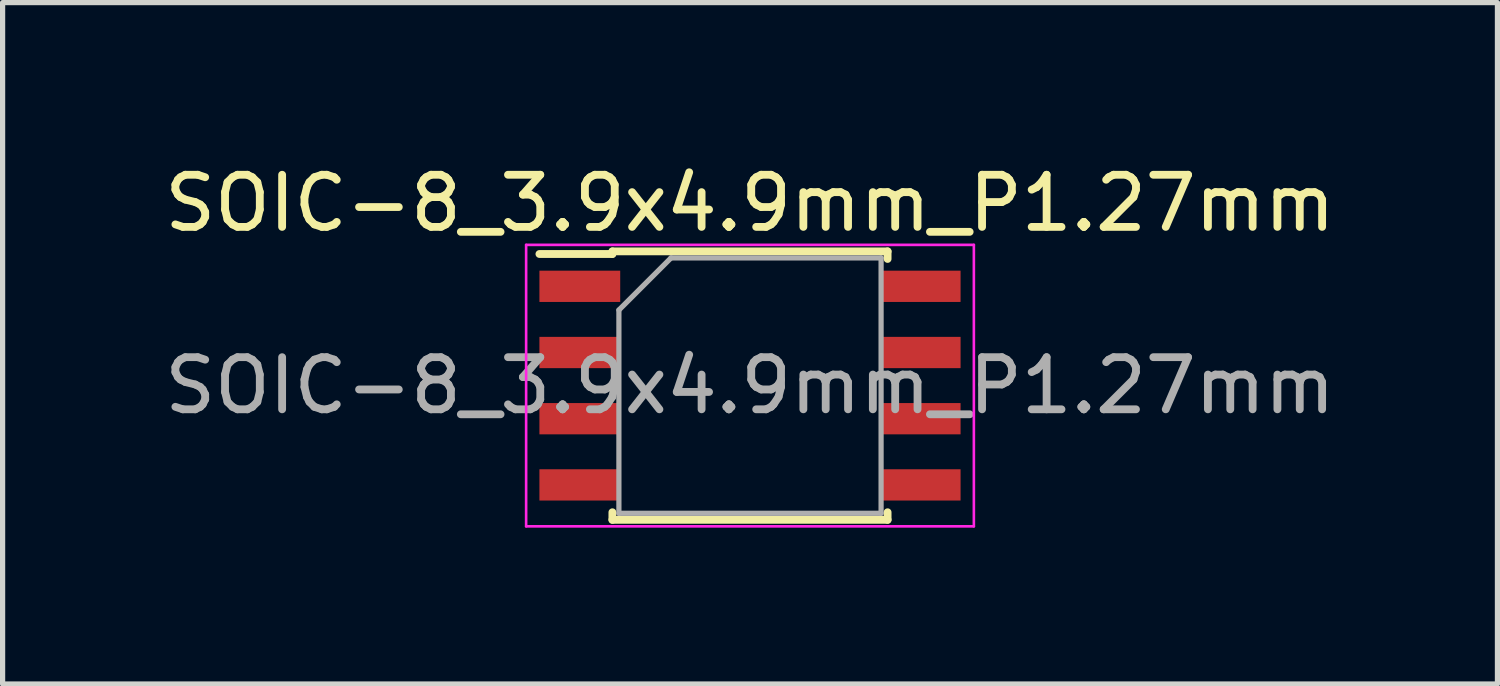
<source format=kicad_pcb>
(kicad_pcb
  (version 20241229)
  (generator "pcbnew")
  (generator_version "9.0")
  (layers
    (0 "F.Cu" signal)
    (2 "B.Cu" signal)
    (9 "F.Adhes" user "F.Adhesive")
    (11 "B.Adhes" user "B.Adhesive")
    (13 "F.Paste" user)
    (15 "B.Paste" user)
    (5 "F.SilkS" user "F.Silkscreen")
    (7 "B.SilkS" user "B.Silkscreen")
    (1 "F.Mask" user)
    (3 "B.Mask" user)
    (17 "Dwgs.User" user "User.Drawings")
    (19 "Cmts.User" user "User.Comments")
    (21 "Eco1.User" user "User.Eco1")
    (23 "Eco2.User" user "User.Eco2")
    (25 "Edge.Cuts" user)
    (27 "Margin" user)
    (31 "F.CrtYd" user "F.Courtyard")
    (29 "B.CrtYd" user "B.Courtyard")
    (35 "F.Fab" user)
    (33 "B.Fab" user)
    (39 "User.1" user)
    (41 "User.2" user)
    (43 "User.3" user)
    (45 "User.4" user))
  (footprint "SOIC-8_3.9x4.9mm_P1.27mm"
    (layer "F.Cu")
    (at 11.339 4.348)
    (property "Reference" "SOIC-8_3.9x4.9mm_P1.27mm" (at 0 -3.5 0) (layer "F.SilkS") (effects (font (size 1 1) (thickness 0.15))))
    (attr smd)
    (fp_line (start -2.64 -2.575) (end -2.64 -2.525) (stroke (width 0.15) (type solid)) (layer "F.SilkS"))
    (fp_line (start -2.64 -2.575) (end 2.64 -2.575) (stroke (width 0.15) (type solid)) (layer "F.SilkS"))
    (fp_line (start -2.64 -2.525) (end -4.04 -2.525) (stroke (width 0.15) (type solid)) (layer "F.SilkS"))
    (fp_line (start -2.64 2.575) (end -2.64 2.43) (stroke (width 0.15) (type solid)) (layer "F.SilkS"))
    (fp_line (start -2.64 2.575) (end 2.64 2.575) (stroke (width 0.15) (type solid)) (layer "F.SilkS"))
    (fp_line (start 2.64 -2.575) (end 2.64 -2.43) (stroke (width 0.15) (type solid)) (layer "F.SilkS"))
    (fp_line (start 2.64 2.575) (end 2.64 2.43) (stroke (width 0.15) (type solid)) (layer "F.SilkS"))
    (fp_line (start -4.295 -2.7) (end -4.295 2.7) (stroke (width 0.05) (type solid)) (layer "F.CrtYd"))
    (fp_line (start -4.295 -2.7) (end 4.295 -2.7) (stroke (width 0.05) (type solid)) (layer "F.CrtYd"))
    (fp_line (start -4.295 2.7) (end 4.295 2.7) (stroke (width 0.05) (type solid)) (layer "F.CrtYd"))
    (fp_line (start 4.295 -2.7) (end 4.295 2.7) (stroke (width 0.05) (type solid)) (layer "F.CrtYd"))
    (fp_line (start -2.515 -1.45) (end -1.515 -2.45) (stroke (width 0.1) (type solid)) (layer "F.Fab"))
    (fp_line (start -2.515 2.45) (end -2.515 -1.45) (stroke (width 0.1) (type solid)) (layer "F.Fab"))
    (fp_line (start -1.515 -2.45) (end 2.515 -2.45) (stroke (width 0.1) (type solid)) (layer "F.Fab"))
    (fp_line (start 2.515 -2.45) (end 2.515 2.45) (stroke (width 0.1) (type solid)) (layer "F.Fab"))
    (fp_line (start 2.515 2.45) (end -2.515 2.45) (stroke (width 0.1) (type solid)) (layer "F.Fab"))
    (fp_text user "${REFERENCE}" (at 0 0 0) (layer "F.Fab") (effects (font (size 1 1) (thickness 0.15))))
    (pad "1" smd rect (at -3.265 -1.905) (size 1.55 0.6) (layers "F.Cu" "F.Mask" "F.Paste"))
    (pad "2" smd rect (at -3.265 -0.635) (size 1.55 0.6) (layers "F.Cu" "F.Mask" "F.Paste"))
    (pad "3" smd rect (at -3.265 0.635) (size 1.55 0.6) (layers "F.Cu" "F.Mask" "F.Paste"))
    (pad "4" smd rect (at -3.265 1.905) (size 1.55 0.6) (layers "F.Cu" "F.Mask" "F.Paste"))
    (pad "5" smd rect (at 3.265 1.905) (size 1.55 0.6) (layers "F.Cu" "F.Mask" "F.Paste"))
    (pad "6" smd rect (at 3.265 0.635) (size 1.55 0.6) (layers "F.Cu" "F.Mask" "F.Paste"))
    (pad "7" smd rect (at 3.265 -0.635) (size 1.55 0.6) (layers "F.Cu" "F.Mask" "F.Paste"))
    (pad "8" smd rect (at 3.265 -1.905) (size 1.55 0.6) (layers "F.Cu" "F.Mask" "F.Paste")))
  (gr_rect
    (start -3 -3)
    (end 25.679 10.073)
    (stroke (width 0.1) (type default))
    (fill no)
    (layer "Edge.Cuts")))
</source>
